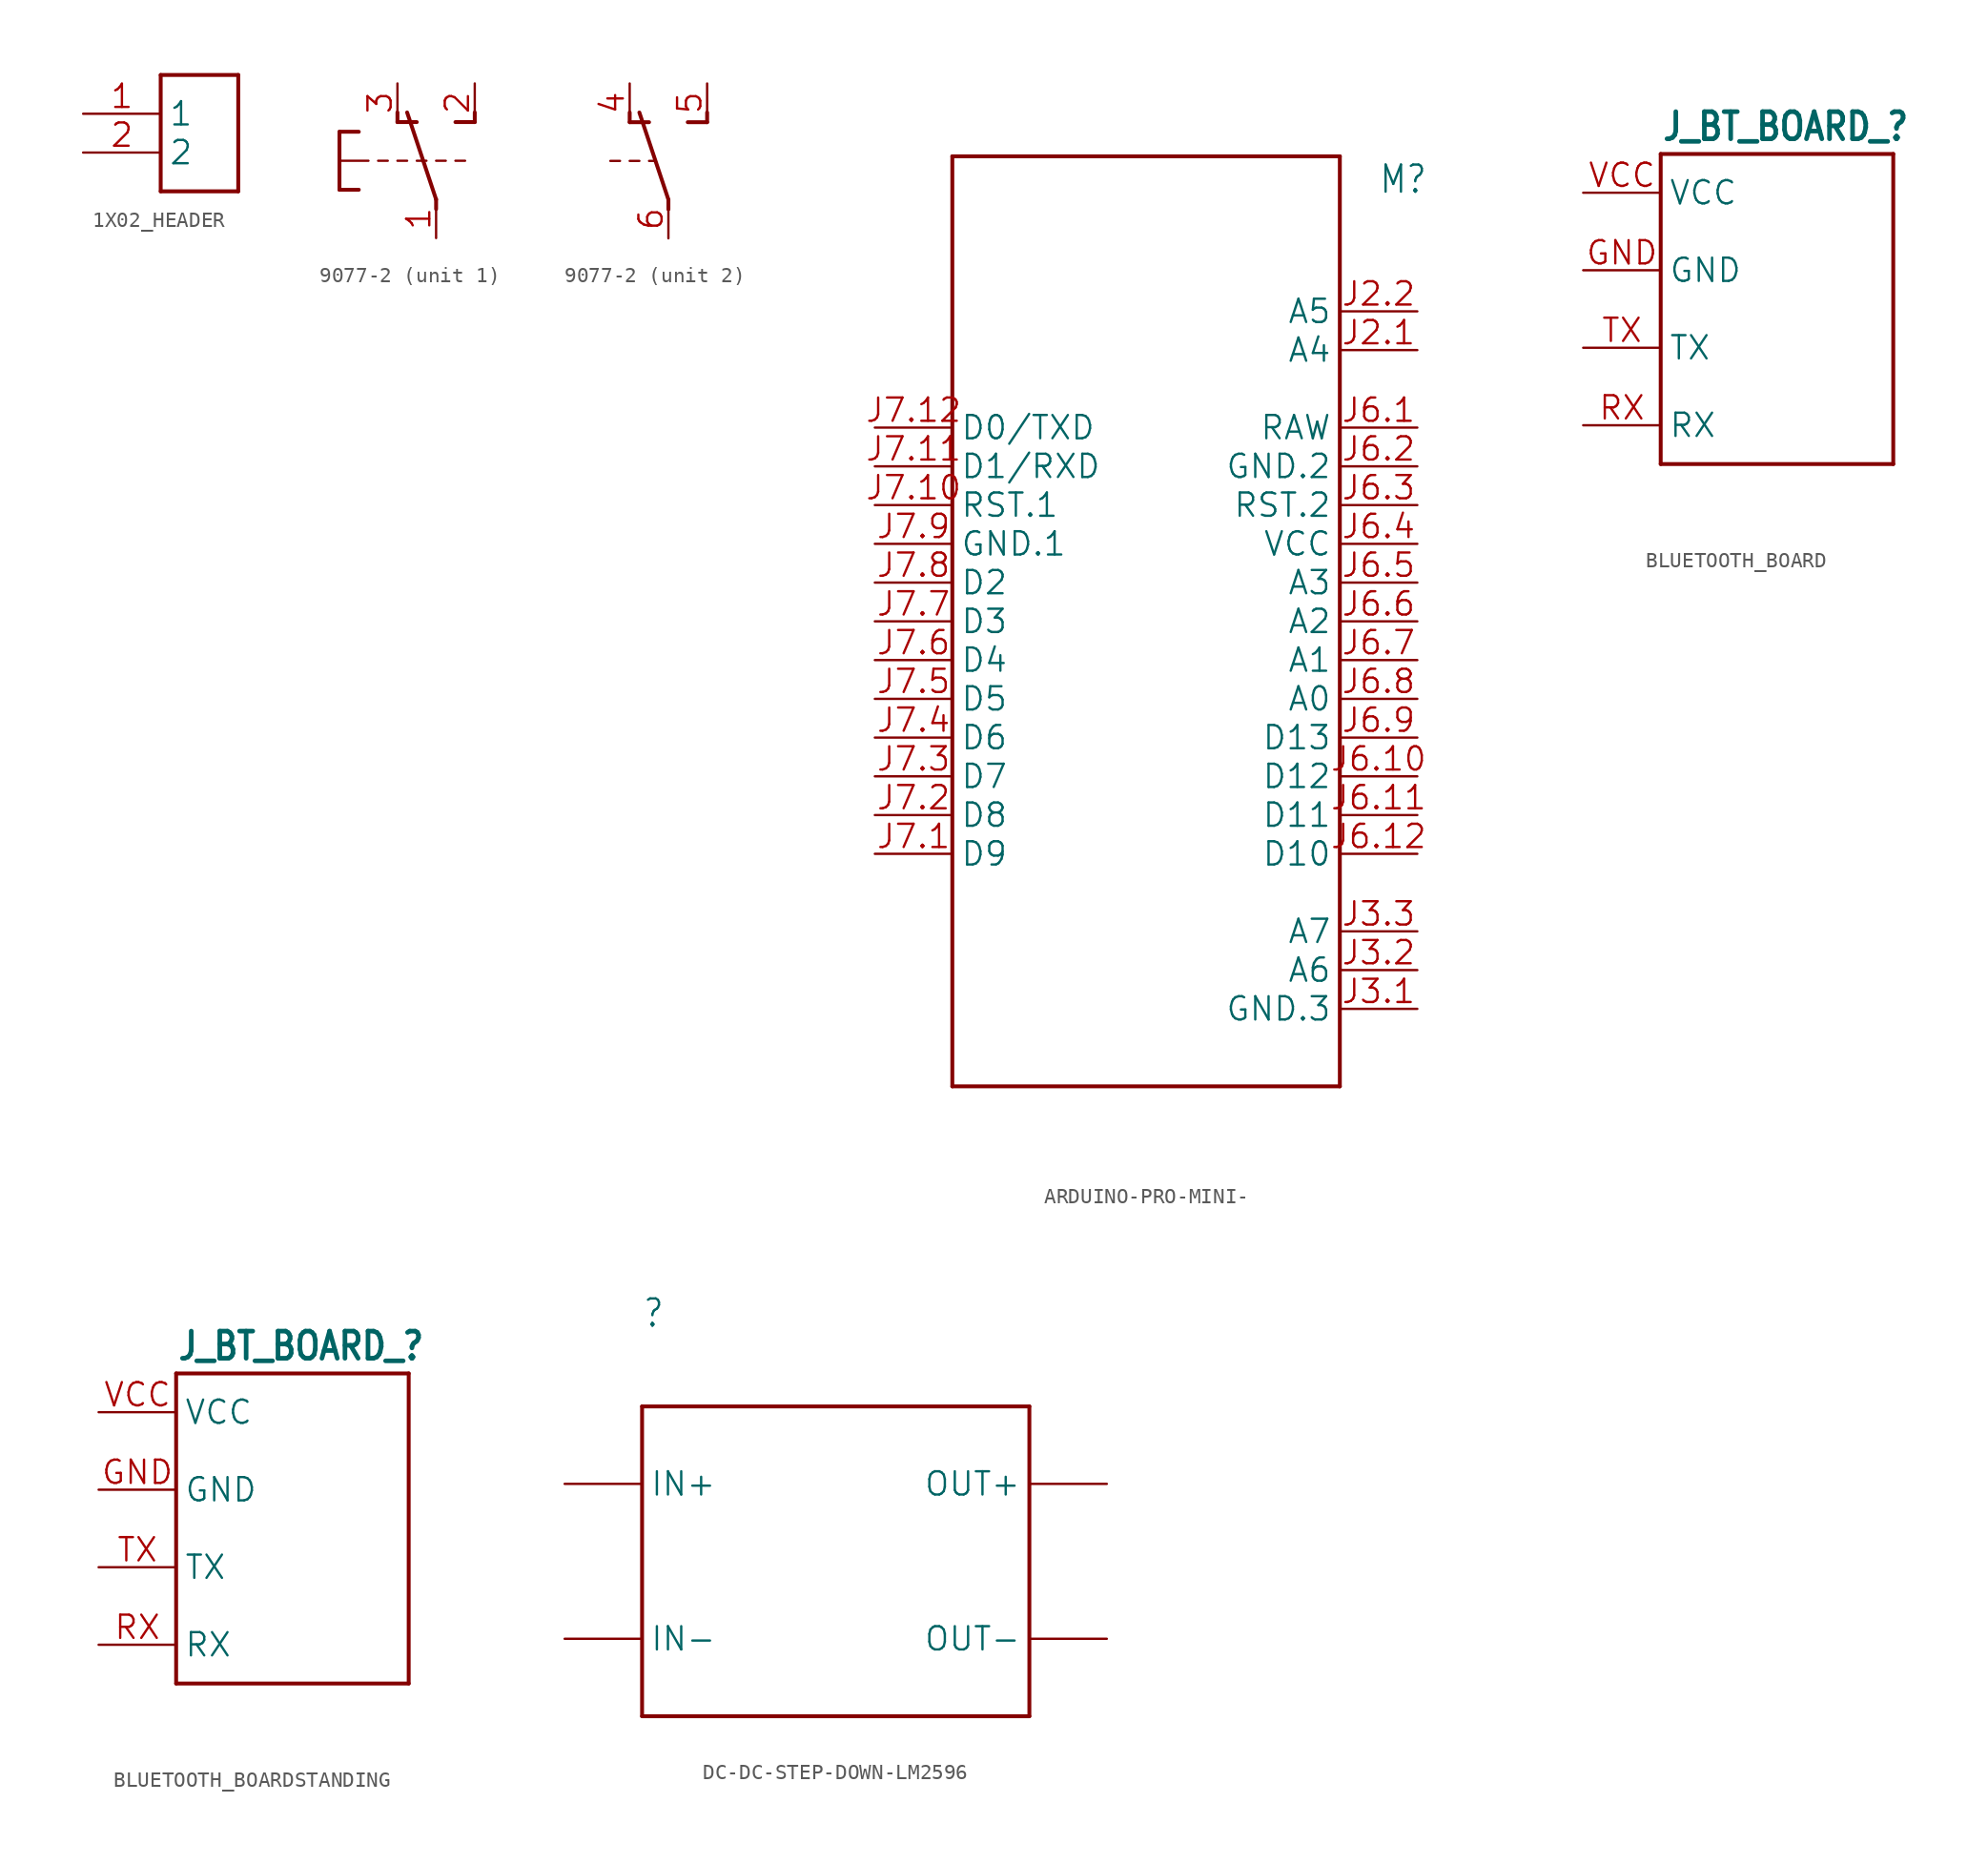
<source format=kicad_sym>
(kicad_symbol_lib
  (version 20241209)
  (generator "kicad_symbol_editor")
  (generator_version "9.0")
  (symbol "1X02_HEADER"
    (property "Reference" ""
      (at 0 0 0)
      (effects (font (size 1.27 1.27)) (hide yes)))
    (property "ki_locked" ""
      (at 0 0 0)
      (effects (font (size 1.27 1.27))))
    (symbol "1X02_HEADER_1_0"
      (polyline (pts (xy -2.54 5.08) (xy 2.54 5.08)) (stroke (width 0.254) (type solid)) (fill (type none)))
      (polyline (pts (xy -2.54 -2.54) (xy -2.54 5.08)) (stroke (width 0.254) (type solid)) (fill (type none)))
      (polyline (pts (xy 2.54 5.08) (xy 2.54 -2.54)) (stroke (width 0.254) (type solid)) (fill (type none)))
      (polyline (pts (xy 2.54 -2.54) (xy -2.54 -2.54)) (stroke (width 0.254) (type solid)) (fill (type none)))
      (pin bidirectional line (at -7.62 2.54 0) (length 5.08) (name "1" (effects (font (size 1.524 1.524)))) (number "1" (effects (font (size 1.524 1.524)))))
      (pin bidirectional line (at -7.62 0 0) (length 5.08) (name "2" (effects (font (size 1.524 1.524)))) (number "2" (effects (font (size 1.524 1.524)))))))
  (symbol "9077-2"
    (property "Reference" "S"
      (at 5.08 -1.905 90)
      (effects (font (size 1.778 1.511)) (justify left bottom) (hide yes)))
    (property "ki_locked" ""
      (at 0 0 0)
      (effects (font (size 1.27 1.27))))
    (symbol "9077-2_1_0"
      (polyline (pts (xy -6.35 1.905) (xy -6.35 0)) (stroke (width 0.254) (type solid)) (fill (type none)))
      (polyline (pts (xy -6.35 1.905) (xy -5.08 1.905)) (stroke (width 0.254) (type solid)) (fill (type none)))
      (polyline (pts (xy -6.35 0) (xy -6.35 -1.905)) (stroke (width 0.254) (type solid)) (fill (type none)))
      (polyline (pts (xy -6.35 0) (xy -4.445 0)) (stroke (width 0.152) (type solid)) (fill (type none)))
      (polyline (pts (xy -6.35 -1.905) (xy -5.08 -1.905)) (stroke (width 0.254) (type solid)) (fill (type none)))
      (polyline (pts (xy -3.175 0) (xy -3.81 0)) (stroke (width 0.152) (type solid)) (fill (type none)))
      (polyline (pts (xy -2.54 2.54) (xy -2.54 3.175)) (stroke (width 0.254) (type solid)) (fill (type none)))
      (polyline (pts (xy -2.54 2.54) (xy -1.27 2.54)) (stroke (width 0.254) (type solid)) (fill (type none)))
      (polyline (pts (xy -1.905 0) (xy -2.54 0)) (stroke (width 0.152) (type solid)) (fill (type none)))
      (polyline (pts (xy -0.635 0) (xy -1.27 0)) (stroke (width 0.152) (type solid)) (fill (type none)))
      (polyline (pts (xy 0 -2.54) (xy -1.905 3.175)) (stroke (width 0.254) (type solid)) (fill (type none)))
      (polyline (pts (xy 0 -3.175) (xy 0 -2.54)) (stroke (width 0.254) (type solid)) (fill (type none)))
      (polyline (pts (xy 0.635 0) (xy 0 0)) (stroke (width 0.152) (type solid)) (fill (type none)))
      (polyline (pts (xy 1.27 2.54) (xy 2.54 2.54)) (stroke (width 0.254) (type solid)) (fill (type none)))
      (polyline (pts (xy 1.905 0) (xy 1.27 0)) (stroke (width 0.152) (type solid)) (fill (type none)))
      (polyline (pts (xy 2.54 2.54) (xy 2.54 3.175)) (stroke (width 0.254) (type solid)) (fill (type none)))
      (pin passive line (at -2.54 5.08 270) (length 2.54) (name "O" (effects (font (size 0 0)))) (number "3" (effects (font (size 1.524 1.524)))))
      (pin passive line (at 0 -5.08 90) (length 2.54) (name "P" (effects (font (size 0 0)))) (number "1" (effects (font (size 1.524 1.524)))))
      (pin passive line (at 2.54 5.08 270) (length 2.54) (name "S" (effects (font (size 0 0)))) (number "2" (effects (font (size 1.524 1.524))))))
    (symbol "9077-2_2_0"
      (polyline (pts (xy -3.175 0) (xy -3.81 0)) (stroke (width 0.152) (type solid)) (fill (type none)))
      (polyline (pts (xy -2.54 2.54) (xy -2.54 3.175)) (stroke (width 0.254) (type solid)) (fill (type none)))
      (polyline (pts (xy -2.54 2.54) (xy -1.27 2.54)) (stroke (width 0.254) (type solid)) (fill (type none)))
      (polyline (pts (xy -1.905 0) (xy -2.54 0)) (stroke (width 0.152) (type solid)) (fill (type none)))
      (polyline (pts (xy -0.889 0) (xy -1.27 0)) (stroke (width 0.152) (type solid)) (fill (type none)))
      (polyline (pts (xy 0 -2.54) (xy -1.905 3.175)) (stroke (width 0.254) (type solid)) (fill (type none)))
      (polyline (pts (xy 0 -3.175) (xy 0 -2.54)) (stroke (width 0.254) (type solid)) (fill (type none)))
      (polyline (pts (xy 1.27 2.54) (xy 2.54 2.54)) (stroke (width 0.254) (type solid)) (fill (type none)))
      (polyline (pts (xy 2.54 2.54) (xy 2.54 3.175)) (stroke (width 0.254) (type solid)) (fill (type none)))
      (pin passive line (at -2.54 5.08 270) (length 2.54) (name "O" (effects (font (size 0 0)))) (number "4" (effects (font (size 1.524 1.524)))))
      (pin passive line (at 0 -5.08 90) (length 2.54) (name "P" (effects (font (size 0 0)))) (number "6" (effects (font (size 1.524 1.524)))))
      (pin passive line (at 2.54 5.08 270) (length 2.54) (name "S" (effects (font (size 0 0)))) (number "5" (effects (font (size 1.524 1.524)))))))
  (symbol "ARDUINO-PRO-MINI-"
    (property "Reference" "M"
      (at 15.24 27.94 0)
      (effects (font (size 1.778 1.511)) (justify left bottom)))
    (property "Value" ""
      (at 15.24 25.4 0)
      (effects (font (size 1.778 1.511)) (justify left bottom)))
    (property "ki_locked" ""
      (at 0 0 0)
      (effects (font (size 1.27 1.27))))
    (symbol "ARDUINO-PRO-MINI-_1_0"
      (polyline (pts (xy -12.7 30.48) (xy 12.7 30.48)) (stroke (width 0.254) (type solid)) (fill (type none)))
      (polyline (pts (xy -12.7 -30.48) (xy -12.7 30.48)) (stroke (width 0.254) (type solid)) (fill (type none)))
      (polyline (pts (xy 12.7 30.48) (xy 12.7 -30.48)) (stroke (width 0.254) (type solid)) (fill (type none)))
      (polyline (pts (xy 12.7 -30.48) (xy -12.7 -30.48)) (stroke (width 0.254) (type solid)) (fill (type none)))
      (pin bidirectional line (at -17.78 12.7 0) (length 5.08) (name "D0/TXD" (effects (font (size 1.524 1.524)))) (number "J7.12" (effects (font (size 1.524 1.524)))))
      (pin bidirectional line (at -17.78 10.16 0) (length 5.08) (name "D1/RXD" (effects (font (size 1.524 1.524)))) (number "J7.11" (effects (font (size 1.524 1.524)))))
      (pin bidirectional line (at -17.78 7.62 0) (length 5.08) (name "RST.1" (effects (font (size 1.524 1.524)))) (number "J7.10" (effects (font (size 1.524 1.524)))))
      (pin power_in line (at -17.78 5.08 0) (length 5.08) (name "GND.1" (effects (font (size 1.524 1.524)))) (number "J7.9" (effects (font (size 1.524 1.524)))))
      (pin bidirectional line (at -17.78 2.54 0) (length 5.08) (name "D2" (effects (font (size 1.524 1.524)))) (number "J7.8" (effects (font (size 1.524 1.524)))))
      (pin bidirectional line (at -17.78 0 0) (length 5.08) (name "D3" (effects (font (size 1.524 1.524)))) (number "J7.7" (effects (font (size 1.524 1.524)))))
      (pin bidirectional line (at -17.78 -2.54 0) (length 5.08) (name "D4" (effects (font (size 1.524 1.524)))) (number "J7.6" (effects (font (size 1.524 1.524)))))
      (pin bidirectional line (at -17.78 -5.08 0) (length 5.08) (name "D5" (effects (font (size 1.524 1.524)))) (number "J7.5" (effects (font (size 1.524 1.524)))))
      (pin bidirectional line (at -17.78 -7.62 0) (length 5.08) (name "D6" (effects (font (size 1.524 1.524)))) (number "J7.4" (effects (font (size 1.524 1.524)))))
      (pin bidirectional line (at -17.78 -10.16 0) (length 5.08) (name "D7" (effects (font (size 1.524 1.524)))) (number "J7.3" (effects (font (size 1.524 1.524)))))
      (pin bidirectional line (at -17.78 -12.7 0) (length 5.08) (name "D8" (effects (font (size 1.524 1.524)))) (number "J7.2" (effects (font (size 1.524 1.524)))))
      (pin bidirectional line (at -17.78 -15.24 0) (length 5.08) (name "D9" (effects (font (size 1.524 1.524)))) (number "J7.1" (effects (font (size 1.524 1.524)))))
      (pin bidirectional line (at 17.78 20.32 180) (length 5.08) (name "A5" (effects (font (size 1.524 1.524)))) (number "J2.2" (effects (font (size 1.524 1.524)))))
      (pin bidirectional line (at 17.78 17.78 180) (length 5.08) (name "A4" (effects (font (size 1.524 1.524)))) (number "J2.1" (effects (font (size 1.524 1.524)))))
      (pin power_in line (at 17.78 12.7 180) (length 5.08) (name "RAW" (effects (font (size 1.524 1.524)))) (number "J6.1" (effects (font (size 1.524 1.524)))))
      (pin power_in line (at 17.78 10.16 180) (length 5.08) (name "GND.2" (effects (font (size 1.524 1.524)))) (number "J6.2" (effects (font (size 1.524 1.524)))))
      (pin bidirectional line (at 17.78 7.62 180) (length 5.08) (name "RST.2" (effects (font (size 1.524 1.524)))) (number "J6.3" (effects (font (size 1.524 1.524)))))
      (pin power_in line (at 17.78 5.08 180) (length 5.08) (name "VCC" (effects (font (size 1.524 1.524)))) (number "J6.4" (effects (font (size 1.524 1.524)))))
      (pin bidirectional line (at 17.78 2.54 180) (length 5.08) (name "A3" (effects (font (size 1.524 1.524)))) (number "J6.5" (effects (font (size 1.524 1.524)))))
      (pin bidirectional line (at 17.78 0 180) (length 5.08) (name "A2" (effects (font (size 1.524 1.524)))) (number "J6.6" (effects (font (size 1.524 1.524)))))
      (pin bidirectional line (at 17.78 -2.54 180) (length 5.08) (name "A1" (effects (font (size 1.524 1.524)))) (number "J6.7" (effects (font (size 1.524 1.524)))))
      (pin bidirectional line (at 17.78 -5.08 180) (length 5.08) (name "A0" (effects (font (size 1.524 1.524)))) (number "J6.8" (effects (font (size 1.524 1.524)))))
      (pin bidirectional line (at 17.78 -7.62 180) (length 5.08) (name "D13" (effects (font (size 1.524 1.524)))) (number "J6.9" (effects (font (size 1.524 1.524)))))
      (pin bidirectional line (at 17.78 -10.16 180) (length 5.08) (name "D12" (effects (font (size 1.524 1.524)))) (number "J6.10" (effects (font (size 1.524 1.524)))))
      (pin bidirectional line (at 17.78 -12.7 180) (length 5.08) (name "D11" (effects (font (size 1.524 1.524)))) (number "J6.11" (effects (font (size 1.524 1.524)))))
      (pin bidirectional line (at 17.78 -15.24 180) (length 5.08) (name "D10" (effects (font (size 1.524 1.524)))) (number "J6.12" (effects (font (size 1.524 1.524)))))
      (pin bidirectional line (at 17.78 -20.32 180) (length 5.08) (name "A7" (effects (font (size 1.524 1.524)))) (number "J3.3" (effects (font (size 1.524 1.524)))))
      (pin bidirectional line (at 17.78 -22.86 180) (length 5.08) (name "A6" (effects (font (size 1.524 1.524)))) (number "J3.2" (effects (font (size 1.524 1.524)))))
      (pin bidirectional line (at 17.78 -25.4 180) (length 5.08) (name "GND.3" (effects (font (size 1.524 1.524)))) (number "J3.1" (effects (font (size 1.524 1.524)))))))
  (symbol "BLUETOOTH_BOARD"
    (property "Reference" "J_BT_BOARD_"
      (at -7.62 10.922 0)
      (effects (font (size 1.778 1.511) (thickness 0.302) (bold yes)) (justify left bottom)))
    (property "Value" ""
      (at -7.62 -12.7 0)
      (effects (font (size 1.778 1.511) (thickness 0.302) (bold yes)) (justify left bottom)))
    (property "ki_locked" ""
      (at 0 0 0)
      (effects (font (size 1.27 1.27))))
    (symbol "BLUETOOTH_BOARD_1_0"
      (polyline (pts (xy -7.62 10.16) (xy -7.62 -10.16)) (stroke (width 0.254) (type solid)) (fill (type none)))
      (polyline (pts (xy -7.62 -10.16) (xy 7.62 -10.16)) (stroke (width 0.254) (type solid)) (fill (type none)))
      (polyline (pts (xy 7.62 10.16) (xy -7.62 10.16)) (stroke (width 0.254) (type solid)) (fill (type none)))
      (polyline (pts (xy 7.62 -10.16) (xy 7.62 10.16)) (stroke (width 0.254) (type solid)) (fill (type none)))
      (pin bidirectional line (at -12.7 7.62 0) (length 5.08) (name "VCC" (effects (font (size 1.524 1.524)))) (number "VCC" (effects (font (size 1.524 1.524)))))
      (pin bidirectional line (at -12.7 2.54 0) (length 5.08) (name "GND" (effects (font (size 1.524 1.524)))) (number "GND" (effects (font (size 1.524 1.524)))))
      (pin bidirectional line (at -12.7 -2.54 0) (length 5.08) (name "TX" (effects (font (size 1.524 1.524)))) (number "TX" (effects (font (size 1.524 1.524)))))
      (pin bidirectional line (at -12.7 -7.62 0) (length 5.08) (name "RX" (effects (font (size 1.524 1.524)))) (number "RX" (effects (font (size 1.524 1.524)))))))
  (symbol "BLUETOOTH_BOARDSTANDING"
    (property "Reference" "J_BT_BOARD_"
      (at -7.62 10.922 0)
      (effects (font (size 1.778 1.511) (thickness 0.302) (bold yes)) (justify left bottom)))
    (property "Value" ""
      (at -7.62 -12.7 0)
      (effects (font (size 1.778 1.511) (thickness 0.302) (bold yes)) (justify left bottom)))
    (property "ki_locked" ""
      (at 0 0 0)
      (effects (font (size 1.27 1.27))))
    (symbol "BLUETOOTH_BOARDSTANDING_1_0"
      (polyline (pts (xy -7.62 10.16) (xy -7.62 -10.16)) (stroke (width 0.254) (type solid)) (fill (type none)))
      (polyline (pts (xy -7.62 -10.16) (xy 7.62 -10.16)) (stroke (width 0.254) (type solid)) (fill (type none)))
      (polyline (pts (xy 7.62 10.16) (xy -7.62 10.16)) (stroke (width 0.254) (type solid)) (fill (type none)))
      (polyline (pts (xy 7.62 -10.16) (xy 7.62 10.16)) (stroke (width 0.254) (type solid)) (fill (type none)))
      (pin bidirectional line (at -12.7 7.62 0) (length 5.08) (name "VCC" (effects (font (size 1.524 1.524)))) (number "VCC" (effects (font (size 1.524 1.524)))))
      (pin bidirectional line (at -12.7 2.54 0) (length 5.08) (name "GND" (effects (font (size 1.524 1.524)))) (number "GND" (effects (font (size 1.524 1.524)))))
      (pin bidirectional line (at -12.7 -2.54 0) (length 5.08) (name "TX" (effects (font (size 1.524 1.524)))) (number "TX" (effects (font (size 1.524 1.524)))))
      (pin bidirectional line (at -12.7 -7.62 0) (length 5.08) (name "RX" (effects (font (size 1.524 1.524)))) (number "RX" (effects (font (size 1.524 1.524)))))))
  (symbol "DC-DC-STEP-DOWN-LM2596"
    (property "Reference" ""
      (at -12.7 15.24 0)
      (effects (font (size 1.778 1.511)) (justify left bottom)))
    (property "Value" ""
      (at -12.7 12.7 0)
      (effects (font (size 1.778 1.511)) (justify left bottom)))
    (property "ki_locked" ""
      (at 0 0 0)
      (effects (font (size 1.27 1.27))))
    (symbol "DC-DC-STEP-DOWN-LM2596_1_0"
      (polyline (pts (xy -12.7 10.16) (xy 12.7 10.16)) (stroke (width 0.254) (type solid)) (fill (type none)))
      (polyline (pts (xy -12.7 -10.16) (xy -12.7 10.16)) (stroke (width 0.254) (type solid)) (fill (type none)))
      (polyline (pts (xy 12.7 10.16) (xy 12.7 -10.16)) (stroke (width 0.254) (type solid)) (fill (type none)))
      (polyline (pts (xy 12.7 -10.16) (xy -12.7 -10.16)) (stroke (width 0.254) (type solid)) (fill (type none)))
      (pin bidirectional line (at -17.78 5.08 0) (length 5.08) (name "IN+" (effects (font (size 1.524 1.524)))) (number "IN+" (effects (font (size 0 0)))))
      (pin bidirectional line (at -17.78 -5.08 0) (length 5.08) (name "IN-" (effects (font (size 1.524 1.524)))) (number "IN-" (effects (font (size 0 0)))))
      (pin bidirectional line (at 17.78 5.08 180) (length 5.08) (name "OUT+" (effects (font (size 1.524 1.524)))) (number "OUT+" (effects (font (size 0 0)))))
      (pin bidirectional line (at 17.78 -5.08 180) (length 5.08) (name "OUT-" (effects (font (size 1.524 1.524)))) (number "OUT-" (effects (font (size 0 0))))))))
</source>
